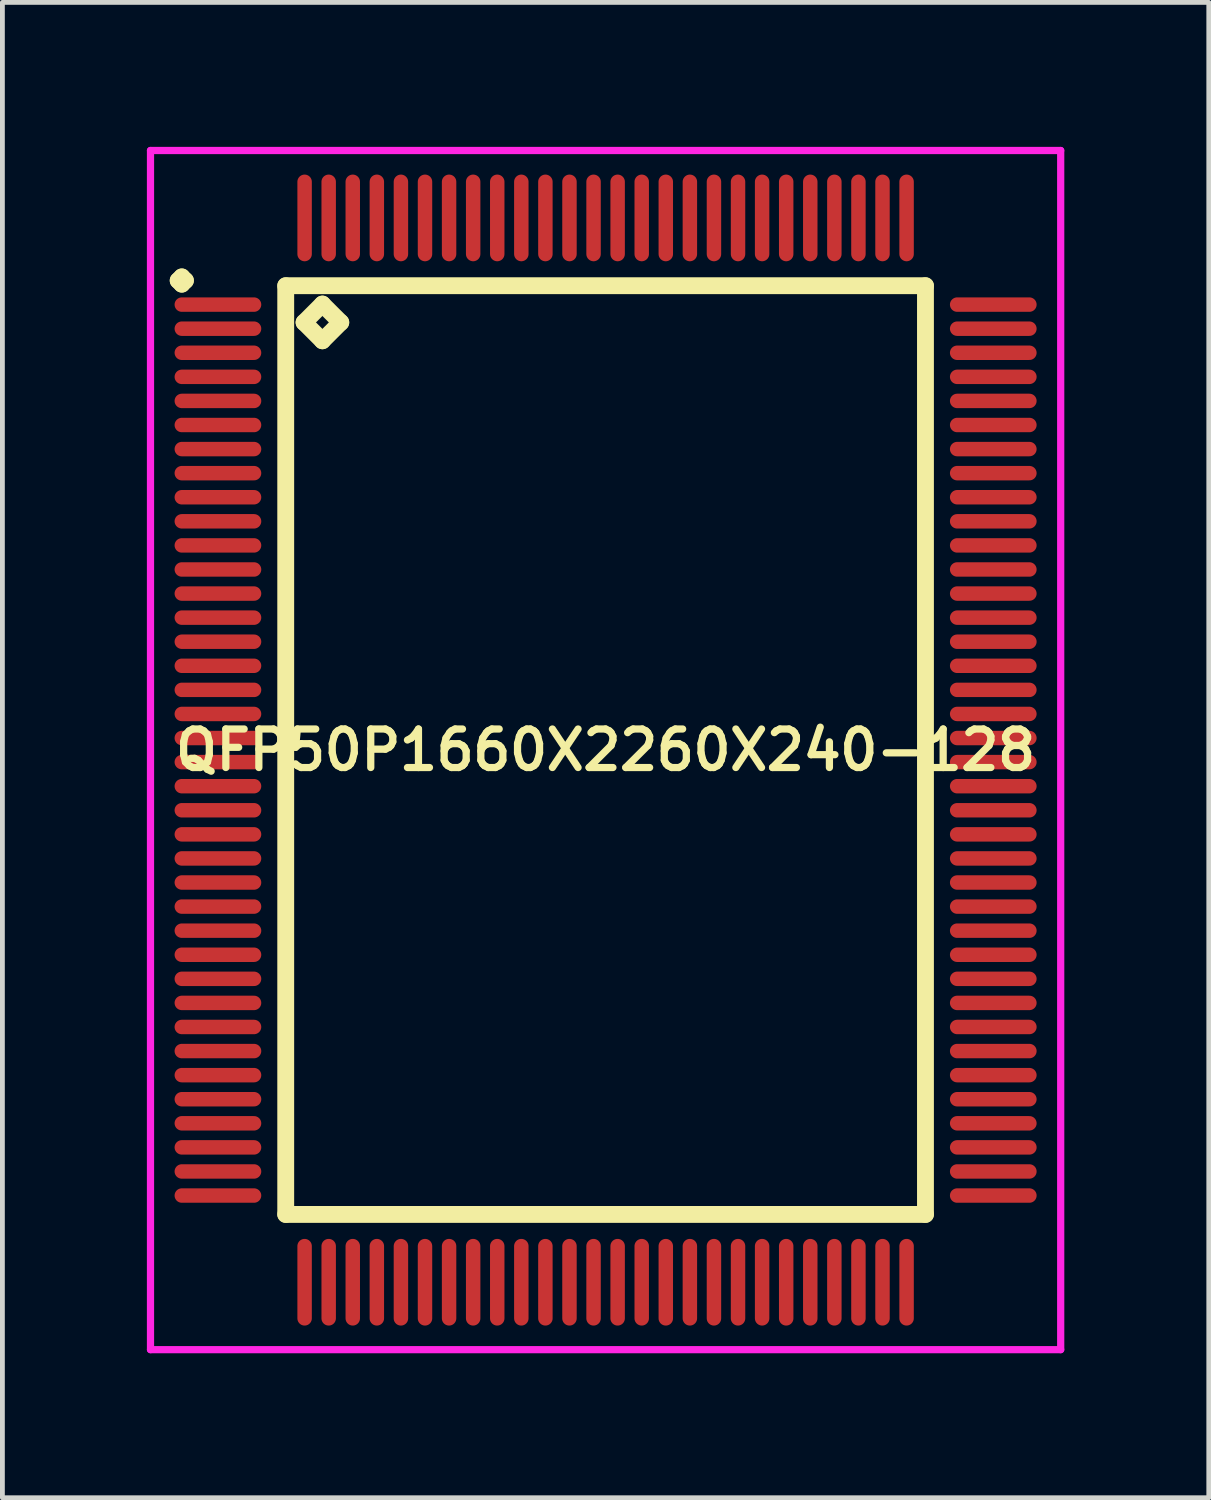
<source format=kicad_pcb>
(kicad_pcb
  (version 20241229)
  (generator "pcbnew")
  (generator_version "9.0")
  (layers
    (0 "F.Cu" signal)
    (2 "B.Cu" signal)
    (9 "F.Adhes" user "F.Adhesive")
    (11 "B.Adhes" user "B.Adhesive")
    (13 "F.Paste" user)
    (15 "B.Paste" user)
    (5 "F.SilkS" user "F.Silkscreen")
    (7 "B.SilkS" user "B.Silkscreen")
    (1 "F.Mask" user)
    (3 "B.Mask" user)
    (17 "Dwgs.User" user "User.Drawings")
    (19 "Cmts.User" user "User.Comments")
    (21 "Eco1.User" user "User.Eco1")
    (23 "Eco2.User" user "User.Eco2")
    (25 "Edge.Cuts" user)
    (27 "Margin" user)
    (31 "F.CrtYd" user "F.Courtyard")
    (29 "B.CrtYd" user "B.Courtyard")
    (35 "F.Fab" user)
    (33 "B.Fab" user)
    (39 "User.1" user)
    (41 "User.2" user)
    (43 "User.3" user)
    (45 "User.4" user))
  (footprint "QFP50P1660X2260X240-128"
    (layer "F.Cu")
    (at 9.525 12.525)
    (property "Reference" "QFP50P1660X2260X240-128" (at 0 0 0) (layer "F.SilkS") (effects (font (size 0.8 0.8) (thickness 0.15))))
    (attr smd)
    (fp_line (start -8.875 -9.75) (end -8.8 -9.825) (stroke (width 0.35) (type solid)) (layer "F.SilkS"))
    (fp_line (start -8.8 -9.825) (end -8.725 -9.75) (stroke (width 0.35) (type solid)) (layer "F.SilkS"))
    (fp_line (start -8.8 -9.675) (end -8.875 -9.75) (stroke (width 0.35) (type solid)) (layer "F.SilkS"))
    (fp_line (start -8.725 -9.75) (end -8.8 -9.675) (stroke (width 0.35) (type solid)) (layer "F.SilkS"))
    (fp_line (start -6.642 -9.642) (end -6.642 9.642) (stroke (width 0.35) (type solid)) (layer "F.SilkS"))
    (fp_line (start -6.642 9.642) (end 6.642 9.642) (stroke (width 0.35) (type solid)) (layer "F.SilkS"))
    (fp_line (start -6.261 -8.88) (end -5.88 -9.261) (stroke (width 0.35) (type solid)) (layer "F.SilkS"))
    (fp_line (start -5.88 -9.261) (end -5.499 -8.88) (stroke (width 0.35) (type solid)) (layer "F.SilkS"))
    (fp_line (start -5.88 -8.499) (end -6.261 -8.88) (stroke (width 0.35) (type solid)) (layer "F.SilkS"))
    (fp_line (start -5.499 -8.88) (end -5.88 -8.499) (stroke (width 0.35) (type solid)) (layer "F.SilkS"))
    (fp_line (start 6.642 -9.642) (end -6.642 -9.642) (stroke (width 0.35) (type solid)) (layer "F.SilkS"))
    (fp_line (start 6.642 9.642) (end 6.642 -9.642) (stroke (width 0.35) (type solid)) (layer "F.SilkS"))
    (fp_line (start -9.45 -12.45) (end 9.45 -12.45) (stroke (width 0.15) (type solid)) (layer "F.CrtYd"))
    (fp_line (start -9.45 12.45) (end -9.45 -12.45) (stroke (width 0.15) (type solid)) (layer "F.CrtYd"))
    (fp_line (start 9.45 -12.45) (end 9.45 12.45) (stroke (width 0.15) (type solid)) (layer "F.CrtYd"))
    (fp_line (start 9.45 12.45) (end -9.45 12.45) (stroke (width 0.15) (type solid)) (layer "F.CrtYd"))
    (pad "1" smd oval (at -8.05 -9.25) (size 1.8 0.3) (layers "F.Cu" "F.Mask" "F.Paste"))
    (pad "2" smd oval (at -8.05 -8.75) (size 1.8 0.3) (layers "F.Cu" "F.Mask" "F.Paste"))
    (pad "3" smd oval (at -8.05 -8.25) (size 1.8 0.3) (layers "F.Cu" "F.Mask" "F.Paste"))
    (pad "4" smd oval (at -8.05 -7.75) (size 1.8 0.3) (layers "F.Cu" "F.Mask" "F.Paste"))
    (pad "5" smd oval (at -8.05 -7.25) (size 1.8 0.3) (layers "F.Cu" "F.Mask" "F.Paste"))
    (pad "6" smd oval (at -8.05 -6.75) (size 1.8 0.3) (layers "F.Cu" "F.Mask" "F.Paste"))
    (pad "7" smd oval (at -8.05 -6.25) (size 1.8 0.3) (layers "F.Cu" "F.Mask" "F.Paste"))
    (pad "8" smd oval (at -8.05 -5.75) (size 1.8 0.3) (layers "F.Cu" "F.Mask" "F.Paste"))
    (pad "9" smd oval (at -8.05 -5.25) (size 1.8 0.3) (layers "F.Cu" "F.Mask" "F.Paste"))
    (pad "10" smd oval (at -8.05 -4.75) (size 1.8 0.3) (layers "F.Cu" "F.Mask" "F.Paste"))
    (pad "11" smd oval (at -8.05 -4.25) (size 1.8 0.3) (layers "F.Cu" "F.Mask" "F.Paste"))
    (pad "12" smd oval (at -8.05 -3.75) (size 1.8 0.3) (layers "F.Cu" "F.Mask" "F.Paste"))
    (pad "13" smd oval (at -8.05 -3.25) (size 1.8 0.3) (layers "F.Cu" "F.Mask" "F.Paste"))
    (pad "14" smd oval (at -8.05 -2.75) (size 1.8 0.3) (layers "F.Cu" "F.Mask" "F.Paste"))
    (pad "15" smd oval (at -8.05 -2.25) (size 1.8 0.3) (layers "F.Cu" "F.Mask" "F.Paste"))
    (pad "16" smd oval (at -8.05 -1.75) (size 1.8 0.3) (layers "F.Cu" "F.Mask" "F.Paste"))
    (pad "17" smd oval (at -8.05 -1.25) (size 1.8 0.3) (layers "F.Cu" "F.Mask" "F.Paste"))
    (pad "18" smd oval (at -8.05 -0.75) (size 1.8 0.3) (layers "F.Cu" "F.Mask" "F.Paste"))
    (pad "19" smd oval (at -8.05 -0.25) (size 1.8 0.3) (layers "F.Cu" "F.Mask" "F.Paste"))
    (pad "20" smd oval (at -8.05 0.25) (size 1.8 0.3) (layers "F.Cu" "F.Mask" "F.Paste"))
    (pad "21" smd oval (at -8.05 0.75) (size 1.8 0.3) (layers "F.Cu" "F.Mask" "F.Paste"))
    (pad "22" smd oval (at -8.05 1.25) (size 1.8 0.3) (layers "F.Cu" "F.Mask" "F.Paste"))
    (pad "23" smd oval (at -8.05 1.75) (size 1.8 0.3) (layers "F.Cu" "F.Mask" "F.Paste"))
    (pad "24" smd oval (at -8.05 2.25) (size 1.8 0.3) (layers "F.Cu" "F.Mask" "F.Paste"))
    (pad "25" smd oval (at -8.05 2.75) (size 1.8 0.3) (layers "F.Cu" "F.Mask" "F.Paste"))
    (pad "26" smd oval (at -8.05 3.25) (size 1.8 0.3) (layers "F.Cu" "F.Mask" "F.Paste"))
    (pad "27" smd oval (at -8.05 3.75) (size 1.8 0.3) (layers "F.Cu" "F.Mask" "F.Paste"))
    (pad "28" smd oval (at -8.05 4.25) (size 1.8 0.3) (layers "F.Cu" "F.Mask" "F.Paste"))
    (pad "29" smd oval (at -8.05 4.75) (size 1.8 0.3) (layers "F.Cu" "F.Mask" "F.Paste"))
    (pad "30" smd oval (at -8.05 5.25) (size 1.8 0.3) (layers "F.Cu" "F.Mask" "F.Paste"))
    (pad "31" smd oval (at -8.05 5.75) (size 1.8 0.3) (layers "F.Cu" "F.Mask" "F.Paste"))
    (pad "32" smd oval (at -8.05 6.25) (size 1.8 0.3) (layers "F.Cu" "F.Mask" "F.Paste"))
    (pad "33" smd oval (at -8.05 6.75) (size 1.8 0.3) (layers "F.Cu" "F.Mask" "F.Paste"))
    (pad "34" smd oval (at -8.05 7.25) (size 1.8 0.3) (layers "F.Cu" "F.Mask" "F.Paste"))
    (pad "35" smd oval (at -8.05 7.75) (size 1.8 0.3) (layers "F.Cu" "F.Mask" "F.Paste"))
    (pad "36" smd oval (at -8.05 8.25) (size 1.8 0.3) (layers "F.Cu" "F.Mask" "F.Paste"))
    (pad "37" smd oval (at -8.05 8.75) (size 1.8 0.3) (layers "F.Cu" "F.Mask" "F.Paste"))
    (pad "38" smd oval (at -8.05 9.25) (size 1.8 0.3) (layers "F.Cu" "F.Mask" "F.Paste"))
    (pad "39" smd oval (at -6.25 11.05) (size 0.3 1.8) (layers "F.Cu" "F.Mask" "F.Paste"))
    (pad "40" smd oval (at -5.75 11.05) (size 0.3 1.8) (layers "F.Cu" "F.Mask" "F.Paste"))
    (pad "41" smd oval (at -5.25 11.05) (size 0.3 1.8) (layers "F.Cu" "F.Mask" "F.Paste"))
    (pad "42" smd oval (at -4.75 11.05) (size 0.3 1.8) (layers "F.Cu" "F.Mask" "F.Paste"))
    (pad "43" smd oval (at -4.25 11.05) (size 0.3 1.8) (layers "F.Cu" "F.Mask" "F.Paste"))
    (pad "44" smd oval (at -3.75 11.05) (size 0.3 1.8) (layers "F.Cu" "F.Mask" "F.Paste"))
    (pad "45" smd oval (at -3.25 11.05) (size 0.3 1.8) (layers "F.Cu" "F.Mask" "F.Paste"))
    (pad "46" smd oval (at -2.75 11.05) (size 0.3 1.8) (layers "F.Cu" "F.Mask" "F.Paste"))
    (pad "47" smd oval (at -2.25 11.05) (size 0.3 1.8) (layers "F.Cu" "F.Mask" "F.Paste"))
    (pad "48" smd oval (at -1.75 11.05) (size 0.3 1.8) (layers "F.Cu" "F.Mask" "F.Paste"))
    (pad "49" smd oval (at -1.25 11.05) (size 0.3 1.8) (layers "F.Cu" "F.Mask" "F.Paste"))
    (pad "50" smd oval (at -0.75 11.05) (size 0.3 1.8) (layers "F.Cu" "F.Mask" "F.Paste"))
    (pad "51" smd oval (at -0.25 11.05) (size 0.3 1.8) (layers "F.Cu" "F.Mask" "F.Paste"))
    (pad "52" smd oval (at 0.25 11.05) (size 0.3 1.8) (layers "F.Cu" "F.Mask" "F.Paste"))
    (pad "53" smd oval (at 0.75 11.05) (size 0.3 1.8) (layers "F.Cu" "F.Mask" "F.Paste"))
    (pad "54" smd oval (at 1.25 11.05) (size 0.3 1.8) (layers "F.Cu" "F.Mask" "F.Paste"))
    (pad "55" smd oval (at 1.75 11.05) (size 0.3 1.8) (layers "F.Cu" "F.Mask" "F.Paste"))
    (pad "56" smd oval (at 2.25 11.05) (size 0.3 1.8) (layers "F.Cu" "F.Mask" "F.Paste"))
    (pad "57" smd oval (at 2.75 11.05) (size 0.3 1.8) (layers "F.Cu" "F.Mask" "F.Paste"))
    (pad "58" smd oval (at 3.25 11.05) (size 0.3 1.8) (layers "F.Cu" "F.Mask" "F.Paste"))
    (pad "59" smd oval (at 3.75 11.05) (size 0.3 1.8) (layers "F.Cu" "F.Mask" "F.Paste"))
    (pad "60" smd oval (at 4.25 11.05) (size 0.3 1.8) (layers "F.Cu" "F.Mask" "F.Paste"))
    (pad "61" smd oval (at 4.75 11.05) (size 0.3 1.8) (layers "F.Cu" "F.Mask" "F.Paste"))
    (pad "62" smd oval (at 5.25 11.05) (size 0.3 1.8) (layers "F.Cu" "F.Mask" "F.Paste"))
    (pad "63" smd oval (at 5.75 11.05) (size 0.3 1.8) (layers "F.Cu" "F.Mask" "F.Paste"))
    (pad "64" smd oval (at 6.25 11.05) (size 0.3 1.8) (layers "F.Cu" "F.Mask" "F.Paste"))
    (pad "65" smd oval (at 8.05 9.25) (size 1.8 0.3) (layers "F.Cu" "F.Mask" "F.Paste"))
    (pad "66" smd oval (at 8.05 8.75) (size 1.8 0.3) (layers "F.Cu" "F.Mask" "F.Paste"))
    (pad "67" smd oval (at 8.05 8.25) (size 1.8 0.3) (layers "F.Cu" "F.Mask" "F.Paste"))
    (pad "68" smd oval (at 8.05 7.75) (size 1.8 0.3) (layers "F.Cu" "F.Mask" "F.Paste"))
    (pad "69" smd oval (at 8.05 7.25) (size 1.8 0.3) (layers "F.Cu" "F.Mask" "F.Paste"))
    (pad "70" smd oval (at 8.05 6.75) (size 1.8 0.3) (layers "F.Cu" "F.Mask" "F.Paste"))
    (pad "71" smd oval (at 8.05 6.25) (size 1.8 0.3) (layers "F.Cu" "F.Mask" "F.Paste"))
    (pad "72" smd oval (at 8.05 5.75) (size 1.8 0.3) (layers "F.Cu" "F.Mask" "F.Paste"))
    (pad "73" smd oval (at 8.05 5.25) (size 1.8 0.3) (layers "F.Cu" "F.Mask" "F.Paste"))
    (pad "74" smd oval (at 8.05 4.75) (size 1.8 0.3) (layers "F.Cu" "F.Mask" "F.Paste"))
    (pad "75" smd oval (at 8.05 4.25) (size 1.8 0.3) (layers "F.Cu" "F.Mask" "F.Paste"))
    (pad "76" smd oval (at 8.05 3.75) (size 1.8 0.3) (layers "F.Cu" "F.Mask" "F.Paste"))
    (pad "77" smd oval (at 8.05 3.25) (size 1.8 0.3) (layers "F.Cu" "F.Mask" "F.Paste"))
    (pad "78" smd oval (at 8.05 2.75) (size 1.8 0.3) (layers "F.Cu" "F.Mask" "F.Paste"))
    (pad "79" smd oval (at 8.05 2.25) (size 1.8 0.3) (layers "F.Cu" "F.Mask" "F.Paste"))
    (pad "80" smd oval (at 8.05 1.75) (size 1.8 0.3) (layers "F.Cu" "F.Mask" "F.Paste"))
    (pad "81" smd oval (at 8.05 1.25) (size 1.8 0.3) (layers "F.Cu" "F.Mask" "F.Paste"))
    (pad "82" smd oval (at 8.05 0.75) (size 1.8 0.3) (layers "F.Cu" "F.Mask" "F.Paste"))
    (pad "83" smd oval (at 8.05 0.25) (size 1.8 0.3) (layers "F.Cu" "F.Mask" "F.Paste"))
    (pad "84" smd oval (at 8.05 -0.25) (size 1.8 0.3) (layers "F.Cu" "F.Mask" "F.Paste"))
    (pad "85" smd oval (at 8.05 -0.75) (size 1.8 0.3) (layers "F.Cu" "F.Mask" "F.Paste"))
    (pad "86" smd oval (at 8.05 -1.25) (size 1.8 0.3) (layers "F.Cu" "F.Mask" "F.Paste"))
    (pad "87" smd oval (at 8.05 -1.75) (size 1.8 0.3) (layers "F.Cu" "F.Mask" "F.Paste"))
    (pad "88" smd oval (at 8.05 -2.25) (size 1.8 0.3) (layers "F.Cu" "F.Mask" "F.Paste"))
    (pad "89" smd oval (at 8.05 -2.75) (size 1.8 0.3) (layers "F.Cu" "F.Mask" "F.Paste"))
    (pad "90" smd oval (at 8.05 -3.25) (size 1.8 0.3) (layers "F.Cu" "F.Mask" "F.Paste"))
    (pad "91" smd oval (at 8.05 -3.75) (size 1.8 0.3) (layers "F.Cu" "F.Mask" "F.Paste"))
    (pad "92" smd oval (at 8.05 -4.25) (size 1.8 0.3) (layers "F.Cu" "F.Mask" "F.Paste"))
    (pad "93" smd oval (at 8.05 -4.75) (size 1.8 0.3) (layers "F.Cu" "F.Mask" "F.Paste"))
    (pad "94" smd oval (at 8.05 -5.25) (size 1.8 0.3) (layers "F.Cu" "F.Mask" "F.Paste"))
    (pad "95" smd oval (at 8.05 -5.75) (size 1.8 0.3) (layers "F.Cu" "F.Mask" "F.Paste"))
    (pad "96" smd oval (at 8.05 -6.25) (size 1.8 0.3) (layers "F.Cu" "F.Mask" "F.Paste"))
    (pad "97" smd oval (at 8.05 -6.75) (size 1.8 0.3) (layers "F.Cu" "F.Mask" "F.Paste"))
    (pad "98" smd oval (at 8.05 -7.25) (size 1.8 0.3) (layers "F.Cu" "F.Mask" "F.Paste"))
    (pad "99" smd oval (at 8.05 -7.75) (size 1.8 0.3) (layers "F.Cu" "F.Mask" "F.Paste"))
    (pad "100" smd oval (at 8.05 -8.25) (size 1.8 0.3) (layers "F.Cu" "F.Mask" "F.Paste"))
    (pad "101" smd oval (at 8.05 -8.75) (size 1.8 0.3) (layers "F.Cu" "F.Mask" "F.Paste"))
    (pad "102" smd oval (at 8.05 -9.25) (size 1.8 0.3) (layers "F.Cu" "F.Mask" "F.Paste"))
    (pad "103" smd oval (at 6.25 -11.05) (size 0.3 1.8) (layers "F.Cu" "F.Mask" "F.Paste"))
    (pad "104" smd oval (at 5.75 -11.05) (size 0.3 1.8) (layers "F.Cu" "F.Mask" "F.Paste"))
    (pad "105" smd oval (at 5.25 -11.05) (size 0.3 1.8) (layers "F.Cu" "F.Mask" "F.Paste"))
    (pad "106" smd oval (at 4.75 -11.05) (size 0.3 1.8) (layers "F.Cu" "F.Mask" "F.Paste"))
    (pad "107" smd oval (at 4.25 -11.05) (size 0.3 1.8) (layers "F.Cu" "F.Mask" "F.Paste"))
    (pad "108" smd oval (at 3.75 -11.05) (size 0.3 1.8) (layers "F.Cu" "F.Mask" "F.Paste"))
    (pad "109" smd oval (at 3.25 -11.05) (size 0.3 1.8) (layers "F.Cu" "F.Mask" "F.Paste"))
    (pad "110" smd oval (at 2.75 -11.05) (size 0.3 1.8) (layers "F.Cu" "F.Mask" "F.Paste"))
    (pad "111" smd oval (at 2.25 -11.05) (size 0.3 1.8) (layers "F.Cu" "F.Mask" "F.Paste"))
    (pad "112" smd oval (at 1.75 -11.05) (size 0.3 1.8) (layers "F.Cu" "F.Mask" "F.Paste"))
    (pad "113" smd oval (at 1.25 -11.05) (size 0.3 1.8) (layers "F.Cu" "F.Mask" "F.Paste"))
    (pad "114" smd oval (at 0.75 -11.05) (size 0.3 1.8) (layers "F.Cu" "F.Mask" "F.Paste"))
    (pad "115" smd oval (at 0.25 -11.05) (size 0.3 1.8) (layers "F.Cu" "F.Mask" "F.Paste"))
    (pad "116" smd oval (at -0.25 -11.05) (size 0.3 1.8) (layers "F.Cu" "F.Mask" "F.Paste"))
    (pad "117" smd oval (at -0.75 -11.05) (size 0.3 1.8) (layers "F.Cu" "F.Mask" "F.Paste"))
    (pad "118" smd oval (at -1.25 -11.05) (size 0.3 1.8) (layers "F.Cu" "F.Mask" "F.Paste"))
    (pad "119" smd oval (at -1.75 -11.05) (size 0.3 1.8) (layers "F.Cu" "F.Mask" "F.Paste"))
    (pad "120" smd oval (at -2.25 -11.05) (size 0.3 1.8) (layers "F.Cu" "F.Mask" "F.Paste"))
    (pad "121" smd oval (at -2.75 -11.05) (size 0.3 1.8) (layers "F.Cu" "F.Mask" "F.Paste"))
    (pad "122" smd oval (at -3.25 -11.05) (size 0.3 1.8) (layers "F.Cu" "F.Mask" "F.Paste"))
    (pad "123" smd oval (at -3.75 -11.05) (size 0.3 1.8) (layers "F.Cu" "F.Mask" "F.Paste"))
    (pad "124" smd oval (at -4.25 -11.05) (size 0.3 1.8) (layers "F.Cu" "F.Mask" "F.Paste"))
    (pad "125" smd oval (at -4.75 -11.05) (size 0.3 1.8) (layers "F.Cu" "F.Mask" "F.Paste"))
    (pad "126" smd oval (at -5.25 -11.05) (size 0.3 1.8) (layers "F.Cu" "F.Mask" "F.Paste"))
    (pad "127" smd oval (at -5.75 -11.05) (size 0.3 1.8) (layers "F.Cu" "F.Mask" "F.Paste"))
    (pad "128" smd oval (at -6.25 -11.05) (size 0.3 1.8) (layers "F.Cu" "F.Mask" "F.Paste")))
  (gr_rect
    (start -3 -3)
    (end 22.05 28.05)
    (stroke (width 0.1) (type default))
    (fill no)
    (layer "Edge.Cuts")))
</source>
